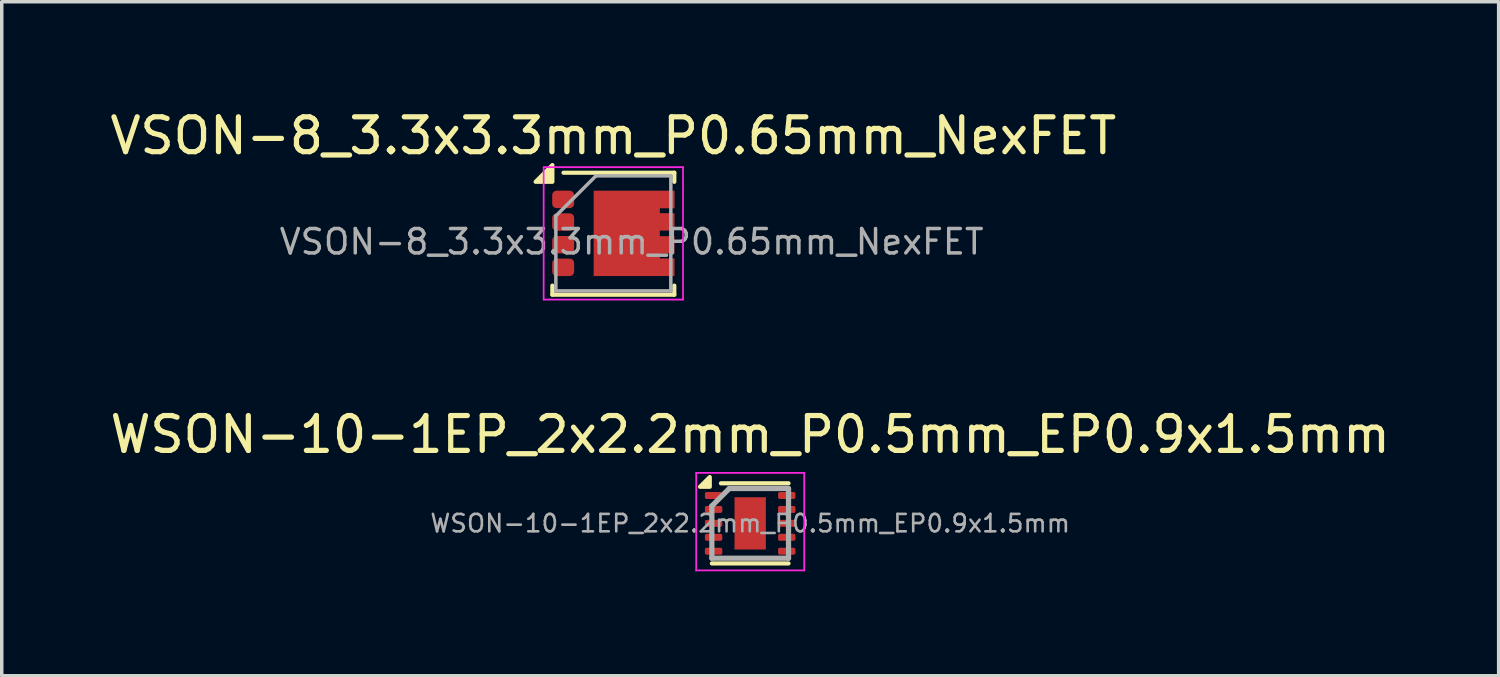
<source format=kicad_pcb>
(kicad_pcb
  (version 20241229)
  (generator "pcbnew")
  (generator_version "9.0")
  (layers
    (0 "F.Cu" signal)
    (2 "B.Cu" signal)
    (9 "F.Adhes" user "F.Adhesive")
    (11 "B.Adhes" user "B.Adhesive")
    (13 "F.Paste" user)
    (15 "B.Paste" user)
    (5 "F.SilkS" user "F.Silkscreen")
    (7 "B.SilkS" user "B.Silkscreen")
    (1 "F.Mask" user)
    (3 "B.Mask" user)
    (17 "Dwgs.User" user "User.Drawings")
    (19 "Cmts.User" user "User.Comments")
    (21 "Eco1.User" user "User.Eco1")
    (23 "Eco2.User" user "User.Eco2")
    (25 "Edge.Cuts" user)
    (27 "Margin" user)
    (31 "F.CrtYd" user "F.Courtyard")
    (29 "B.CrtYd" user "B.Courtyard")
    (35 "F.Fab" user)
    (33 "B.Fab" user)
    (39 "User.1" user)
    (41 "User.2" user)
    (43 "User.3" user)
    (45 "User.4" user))
  (footprint "VSON-8_3.3x3.3mm_P0.65mm_NexFET"
    (layer "F.Cu")
    (at 14.554 3.648)
    (property "Reference" "VSON-8_3.3x3.3mm_P0.65mm_NexFET" (at 0 -2.8 0) (layer "F.SilkS") (effects (font (size 1 1) (thickness 0.15))))
    (attr smd)
    (fp_line (start -1.75 1.5) (end -1.75 1.76) (stroke (width 0.12) (type solid)) (layer "F.SilkS"))
    (fp_line (start -1.75 1.76) (end 1.75 1.76) (stroke (width 0.12) (type solid)) (layer "F.SilkS"))
    (fp_line (start -1.43 -1.74) (end 1.75 -1.74) (stroke (width 0.12) (type solid)) (layer "F.SilkS"))
    (fp_line (start 1.75 -1.74) (end 1.75 -1.48) (stroke (width 0.12) (type solid)) (layer "F.SilkS"))
    (fp_line (start 1.75 1.5) (end 1.75 1.76) (stroke (width 0.12) (type solid)) (layer "F.SilkS"))
    (fp_poly (pts (xy -1.75 -1.48) (xy -2.23 -1.48) (xy -1.75 -1.96) (xy -1.75 -1.48)) (stroke (width 0.12) (type solid)) (fill yes) (layer "F.SilkS"))
    (fp_line (start -2 -1.9) (end -2 1.9) (stroke (width 0.05) (type solid)) (layer "F.CrtYd"))
    (fp_line (start -2 -1.9) (end 2 -1.9) (stroke (width 0.05) (type solid)) (layer "F.CrtYd"))
    (fp_line (start -2 1.9) (end 2 1.9) (stroke (width 0.05) (type solid)) (layer "F.CrtYd"))
    (fp_line (start 2 -1.9) (end 2 1.9) (stroke (width 0.05) (type solid)) (layer "F.CrtYd"))
    (fp_line (start -1.65 -0.5) (end -0.5 -1.65) (stroke (width 0.1) (type solid)) (layer "F.Fab"))
    (fp_line (start -1.65 1.65) (end -1.65 -0.5) (stroke (width 0.1) (type solid)) (layer "F.Fab"))
    (fp_line (start -0.5 -1.65) (end 1.65 -1.65) (stroke (width 0.1) (type solid)) (layer "F.Fab"))
    (fp_line (start 1.65 -1.65) (end 1.65 1.65) (stroke (width 0.1) (type solid)) (layer "F.Fab"))
    (fp_line (start 1.65 1.65) (end -1.65 1.65) (stroke (width 0.1) (type solid)) (layer "F.Fab"))
    (fp_text user "${REFERENCE}" (at 0.526 0.242 0) (layer "F.Fab") (effects (font (size 0.7 0.7) (thickness 0.1))))
    (pad "" smd rect (at -0.09 -0.61) (size 0.57 0.738) (layers "F.Paste"))
    (pad "" smd rect (at -0.09 0.61) (size 0.57 0.738) (layers "F.Paste"))
    (pad "" smd rect (at 0.86 -0.61) (size 0.57 0.738) (layers "F.Paste"))
    (pad "" smd rect (at 0.86 0.61) (size 0.57 0.738) (layers "F.Paste"))
    (pad "" smd roundrect (at 1.44 -0.973) (size 0.63 0.5) (layers "F.Paste") (roundrect_rratio 0.25))
    (pad "" smd roundrect (at 1.44 -0.33) (size 0.63 0.5) (layers "F.Paste") (roundrect_rratio 0.25))
    (pad "" smd roundrect (at 1.44 0.33) (size 0.63 0.5) (layers "F.Paste") (roundrect_rratio 0.25))
    (pad "" smd roundrect (at 1.44 0.973) (size 0.63 0.5) (layers "F.Paste") (roundrect_rratio 0.25))
    (pad "1" smd roundrect (at -1.44 -0.975) (size 0.63 0.5) (layers "F.Cu" "F.Mask" "F.Paste") (roundrect_rratio 0.25))
    (pad "2" smd roundrect (at -1.44 -0.325) (size 0.63 0.5) (layers "F.Cu" "F.Mask" "F.Paste") (roundrect_rratio 0.25))
    (pad "3" smd roundrect (at -1.44 0.325) (size 0.63 0.5) (layers "F.Cu" "F.Mask" "F.Paste") (roundrect_rratio 0.25))
    (pad "4" smd roundrect (at -1.44 0.975) (size 0.63 0.5) (layers "F.Cu" "F.Mask" "F.Paste") (roundrect_rratio 0.25))
    (pad "5" smd custom (at 0.385 0) (size 1.9 2.45) (layers "F.Cu" "F.Mask") (options (anchor rect)) (primitives (gr_poly (pts (xy 1.371 -0.72) (xy 0.95 -0.72) (xy 0.95 -0.58) (xy 1.37 -0.58) (xy 1.37 -0.08) (xy 0.95 -0.08) (xy 0.95 0.08) (xy 1.37 0.08) (xy 1.37 0.58) (xy 0.95 0.58) (xy 0.95 0.72) (xy 1.37 0.72) (xy 1.37 1.225) (xy -0.95 1.225) (xy -0.95 -1.225) (xy 1.371 -1.225)) (width 0) (fill yes)))))
  (footprint "WSON-10-1EP_2x2.2mm_P0.5mm_EP0.9x1.5mm"
    (layer "F.Cu")
    (at 18.482 11.972)
    (property "Reference" "WSON-10-1EP_2x2.2mm_P0.5mm_EP0.9x1.5mm" (at 0 -2.55 0) (layer "F.SilkS") (effects (font (size 1 1) (thickness 0.15))))
    (attr smd)
    (fp_line (start -1.1 1.15) (end 1.1 1.15) (stroke (width 0.12) (type solid)) (layer "F.SilkS"))
    (fp_line (start -0.84 -1.15) (end 1.1 -1.15) (stroke (width 0.12) (type solid)) (layer "F.SilkS"))
    (fp_poly (pts (xy -1.16 -1.05) (xy -1.44 -1.05) (xy -1.16 -1.33) (xy -1.16 -1.05)) (stroke (width 0.12) (type solid)) (fill yes) (layer "F.SilkS"))
    (fp_line (start -1.55 -1.45) (end -1.55 1.35) (stroke (width 0.05) (type solid)) (layer "F.CrtYd"))
    (fp_line (start -1.55 -1.45) (end 1.55 -1.45) (stroke (width 0.05) (type solid)) (layer "F.CrtYd"))
    (fp_line (start -1.55 1.35) (end 1.55 1.35) (stroke (width 0.05) (type solid)) (layer "F.CrtYd"))
    (fp_line (start 1.55 -1.45) (end 1.55 1.35) (stroke (width 0.05) (type solid)) (layer "F.CrtYd"))
    (fp_line (start -1.1 -0.5) (end -0.6 -1) (stroke (width 0.15) (type default)) (layer "F.Fab"))
    (fp_line (start -1.1 1) (end -1.1 -0.5) (stroke (width 0.15) (type solid)) (layer "F.Fab"))
    (fp_line (start -0.6 -1) (end 1.1 -1) (stroke (width 0.15) (type solid)) (layer "F.Fab"))
    (fp_line (start 1.1 -1) (end 1.1 1) (stroke (width 0.15) (type solid)) (layer "F.Fab"))
    (fp_line (start 1.1 1) (end -1.1 1) (stroke (width 0.15) (type solid)) (layer "F.Fab"))
    (fp_text user "${REFERENCE}" (at 0 0 0) (layer "F.Fab") (effects (font (size 0.5 0.5) (thickness 0.075))))
    (pad "" smd rect (at 0 -0.4) (size 0.65 0.61) (layers "F.Paste"))
    (pad "" smd rect (at 0 0.4) (size 0.65 0.61) (layers "F.Paste"))
    (pad "1" smd roundrect (at -1.05 -0.8) (size 0.5 0.2) (layers "F.Cu" "F.Mask" "F.Paste") (roundrect_rratio 0.25))
    (pad "2" smd roundrect (at -1.05 -0.4) (size 0.5 0.2) (layers "F.Cu" "F.Mask" "F.Paste") (roundrect_rratio 0.25))
    (pad "3" smd roundrect (at -1.05 0) (size 0.5 0.2) (layers "F.Cu" "F.Mask" "F.Paste") (roundrect_rratio 0.25))
    (pad "4" smd roundrect (at -1.05 0.4) (size 0.5 0.2) (layers "F.Cu" "F.Mask" "F.Paste") (roundrect_rratio 0.25))
    (pad "5" smd roundrect (at -1.05 0.8) (size 0.5 0.2) (layers "F.Cu" "F.Mask" "F.Paste") (roundrect_rratio 0.25))
    (pad "6" smd roundrect (at 1.05 0.8) (size 0.5 0.2) (layers "F.Cu" "F.Mask" "F.Paste") (roundrect_rratio 0.25))
    (pad "7" smd roundrect (at 1.05 0.4) (size 0.5 0.2) (layers "F.Cu" "F.Mask" "F.Paste") (roundrect_rratio 0.25))
    (pad "8" smd roundrect (at 1.05 0) (size 0.5 0.2) (layers "F.Cu" "F.Mask" "F.Paste") (roundrect_rratio 0.25))
    (pad "9" smd roundrect (at 1.05 -0.4) (size 0.5 0.2) (layers "F.Cu" "F.Mask" "F.Paste") (roundrect_rratio 0.25))
    (pad "10" smd roundrect (at 1.05 -0.8) (size 0.5 0.2) (layers "F.Cu" "F.Mask" "F.Paste") (roundrect_rratio 0.25))
    (pad "11" smd rect (at 0 0) (size 0.9 1.5) (layers "F.Cu" "F.Mask")))
  (gr_rect
    (start -3 -3)
    (end 39.964 16.346)
    (stroke (width 0.1) (type default))
    (fill no)
    (layer "Edge.Cuts")))
</source>
